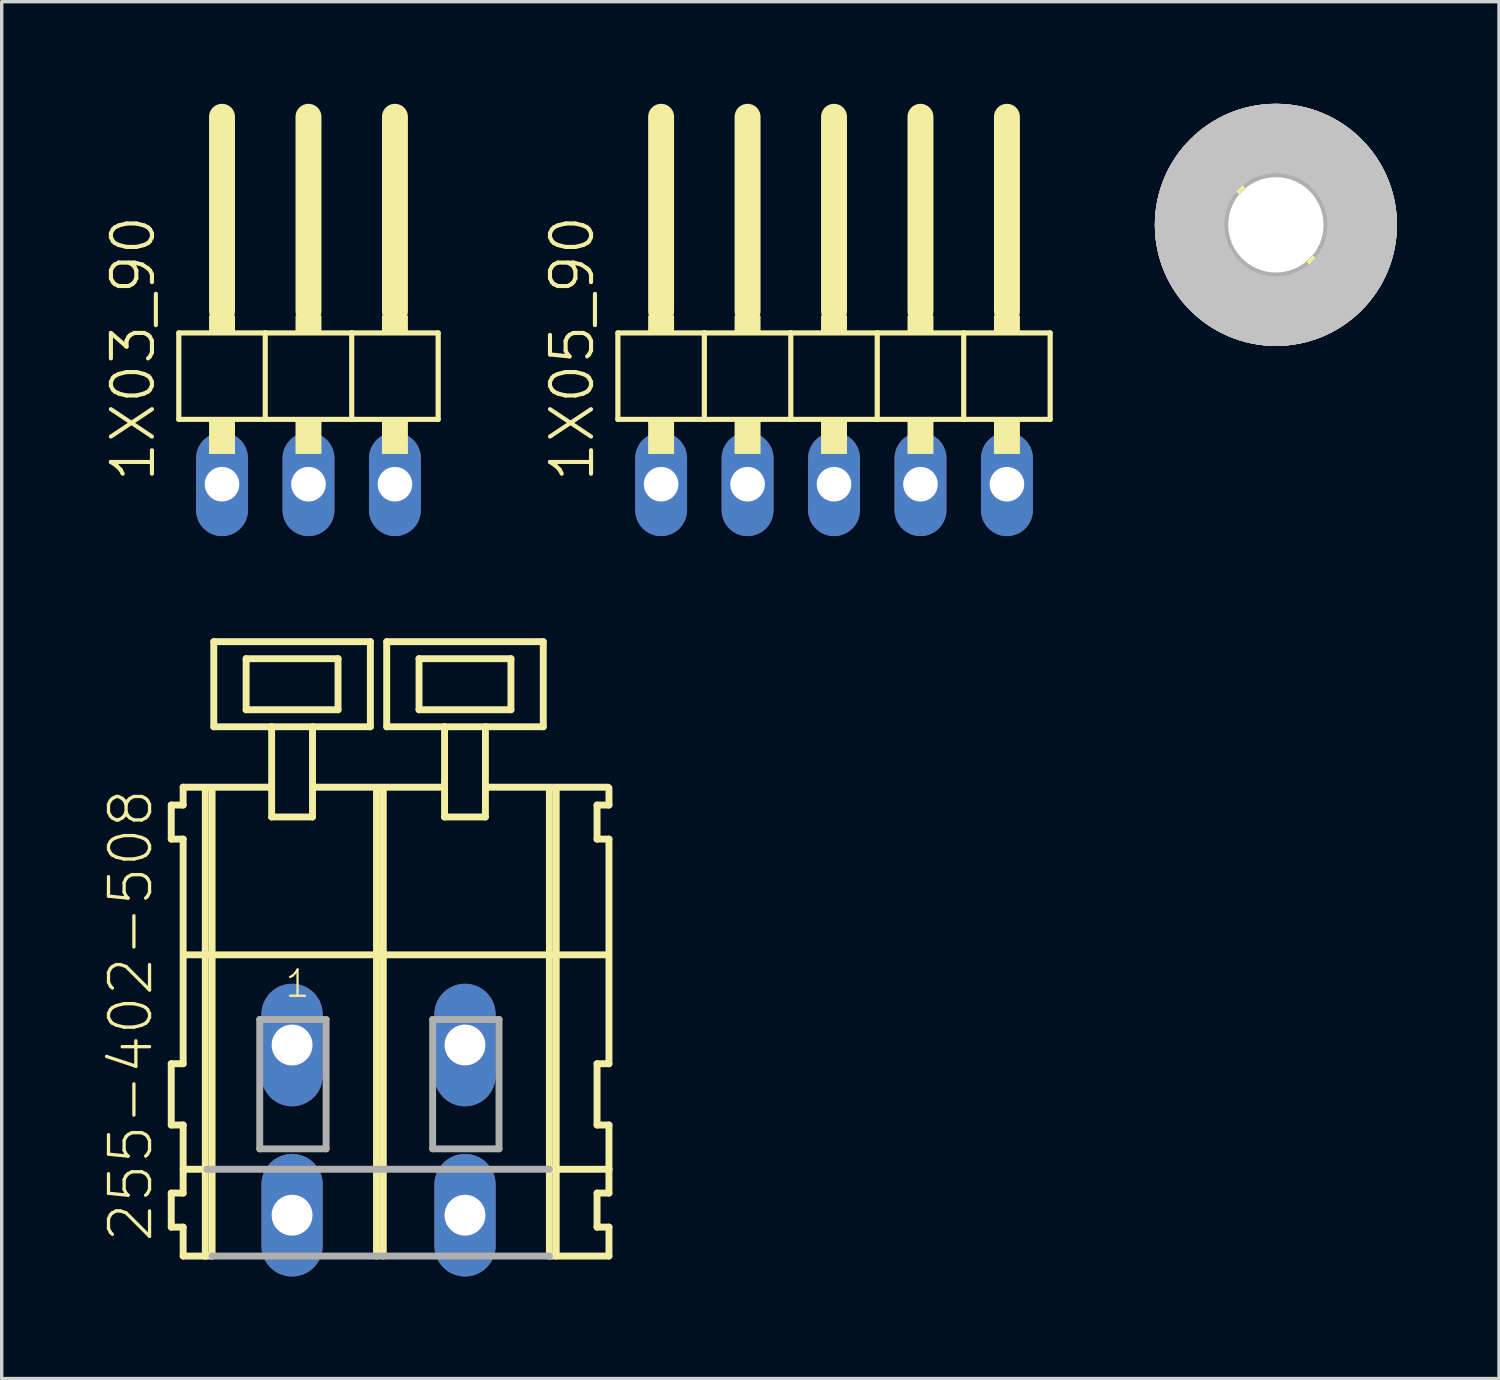
<source format=kicad_pcb>
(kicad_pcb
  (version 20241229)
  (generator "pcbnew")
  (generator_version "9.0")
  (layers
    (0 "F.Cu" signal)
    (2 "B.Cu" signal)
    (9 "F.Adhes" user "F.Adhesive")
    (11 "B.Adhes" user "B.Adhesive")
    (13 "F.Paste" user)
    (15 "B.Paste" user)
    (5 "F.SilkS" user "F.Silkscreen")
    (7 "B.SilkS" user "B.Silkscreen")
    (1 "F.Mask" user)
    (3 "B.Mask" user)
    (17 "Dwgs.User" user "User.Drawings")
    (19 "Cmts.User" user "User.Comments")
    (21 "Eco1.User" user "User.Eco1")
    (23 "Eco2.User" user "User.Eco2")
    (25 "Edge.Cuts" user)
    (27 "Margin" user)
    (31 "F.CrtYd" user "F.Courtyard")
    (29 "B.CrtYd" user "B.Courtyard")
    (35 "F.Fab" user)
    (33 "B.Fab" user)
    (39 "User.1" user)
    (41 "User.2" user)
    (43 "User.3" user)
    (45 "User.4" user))
  (footprint "255-402-508"
    (layer "F.Cu")
    (at 8.071 27.652)
    (property "Reference" "255-402-508" (at -6.575 5.855 90) (layer "F.SilkS") (effects (font (size 1.206 1.206) (thickness 0.097)) (justify left bottom)))
    (attr through_hole)
    (fp_line (start -6.09 -7.05) (end -6.09 -6.05) (stroke (width 0.203) (type solid)) (layer "F.SilkS"))
    (fp_line (start -6.09 -6.05) (end -5.74 -6.05) (stroke (width 0.203) (type solid)) (layer "F.SilkS"))
    (fp_line (start -6.09 0.55) (end -6.09 2.35) (stroke (width 0.203) (type solid)) (layer "F.SilkS"))
    (fp_line (start -6.09 2.35) (end -5.74 2.35) (stroke (width 0.203) (type solid)) (layer "F.SilkS"))
    (fp_line (start -6.09 4.35) (end -6.09 5.35) (stroke (width 0.203) (type solid)) (layer "F.SilkS"))
    (fp_line (start -6.09 5.35) (end -5.74 5.35) (stroke (width 0.203) (type solid)) (layer "F.SilkS"))
    (fp_line (start -5.74 -7.575) (end -5.74 -7.05) (stroke (width 0.203) (type solid)) (layer "F.SilkS"))
    (fp_line (start -5.74 -7.575) (end -3.165 -7.575) (stroke (width 0.203) (type solid)) (layer "F.SilkS"))
    (fp_line (start -5.74 -7.05) (end -6.09 -7.05) (stroke (width 0.203) (type solid)) (layer "F.SilkS"))
    (fp_line (start -5.74 -6.05) (end -5.74 0.55) (stroke (width 0.203) (type solid)) (layer "F.SilkS"))
    (fp_line (start -5.74 0.55) (end -6.09 0.55) (stroke (width 0.203) (type solid)) (layer "F.SilkS"))
    (fp_line (start -5.74 2.35) (end -5.74 4.35) (stroke (width 0.203) (type solid)) (layer "F.SilkS"))
    (fp_line (start -5.74 3.65) (end -5.04 3.65) (stroke (width 0.203) (type solid)) (layer "F.SilkS"))
    (fp_line (start -5.74 4.35) (end -6.09 4.35) (stroke (width 0.203) (type solid)) (layer "F.SilkS"))
    (fp_line (start -5.74 5.35) (end -5.74 6.2) (stroke (width 0.203) (type solid)) (layer "F.SilkS"))
    (fp_line (start -5.74 6.2) (end -5.09 6.2) (stroke (width 0.203) (type solid)) (layer "F.SilkS"))
    (fp_line (start -5.69 -2.65) (end 6.72 -2.65) (stroke (width 0.203) (type solid)) (layer "F.SilkS"))
    (fp_line (start -5.09 -7.55) (end -5.09 6.2) (stroke (width 0.203) (type solid)) (layer "F.SilkS"))
    (fp_line (start -5.09 6.2) (end -4.89 6.2) (stroke (width 0.203) (type solid)) (layer "F.SilkS"))
    (fp_line (start -4.89 -7.55) (end -4.89 6.2) (stroke (width 0.203) (type solid)) (layer "F.SilkS"))
    (fp_line (start -4.84 -11.85) (end -4.84 -9.35) (stroke (width 0.203) (type solid)) (layer "F.SilkS"))
    (fp_line (start -4.84 -9.35) (end -3.14 -9.35) (stroke (width 0.203) (type solid)) (layer "F.SilkS"))
    (fp_line (start -3.89 -11.35) (end -3.89 -9.85) (stroke (width 0.203) (type solid)) (layer "F.SilkS"))
    (fp_line (start -3.89 -9.85) (end -1.19 -9.85) (stroke (width 0.203) (type solid)) (layer "F.SilkS"))
    (fp_line (start -3.14 -9.35) (end -3.14 -6.7) (stroke (width 0.203) (type solid)) (layer "F.SilkS"))
    (fp_line (start -3.14 -9.35) (end -1.94 -9.35) (stroke (width 0.203) (type solid)) (layer "F.SilkS"))
    (fp_line (start -3.14 -6.7) (end -1.94 -6.7) (stroke (width 0.203) (type solid)) (layer "F.SilkS"))
    (fp_line (start -1.94 -9.35) (end -0.24 -9.35) (stroke (width 0.203) (type solid)) (layer "F.SilkS"))
    (fp_line (start -1.94 -6.7) (end -1.94 -9.35) (stroke (width 0.203) (type solid)) (layer "F.SilkS"))
    (fp_line (start -1.915 -7.575) (end 1.919 -7.575) (stroke (width 0.203) (type solid)) (layer "F.SilkS"))
    (fp_line (start -1.19 -11.35) (end -3.89 -11.35) (stroke (width 0.203) (type solid)) (layer "F.SilkS"))
    (fp_line (start -1.19 -9.85) (end -1.19 -11.35) (stroke (width 0.203) (type solid)) (layer "F.SilkS"))
    (fp_line (start -0.24 -11.85) (end -4.84 -11.85) (stroke (width 0.203) (type solid)) (layer "F.SilkS"))
    (fp_line (start -0.24 -9.35) (end -0.24 -11.85) (stroke (width 0.203) (type solid)) (layer "F.SilkS"))
    (fp_line (start -0.06 -7.55) (end -0.06 6.2) (stroke (width 0.203) (type solid)) (layer "F.SilkS"))
    (fp_line (start 0.14 -7.55) (end 0.14 6.2) (stroke (width 0.203) (type solid)) (layer "F.SilkS"))
    (fp_line (start 0.24 -11.85) (end 0.24 -9.35) (stroke (width 0.203) (type solid)) (layer "F.SilkS"))
    (fp_line (start 0.24 -9.35) (end 1.94 -9.35) (stroke (width 0.203) (type solid)) (layer "F.SilkS"))
    (fp_line (start 1.19 -11.35) (end 1.19 -9.85) (stroke (width 0.203) (type solid)) (layer "F.SilkS"))
    (fp_line (start 1.19 -9.85) (end 3.89 -9.85) (stroke (width 0.203) (type solid)) (layer "F.SilkS"))
    (fp_line (start 1.94 -9.35) (end 1.94 -6.7) (stroke (width 0.203) (type solid)) (layer "F.SilkS"))
    (fp_line (start 1.94 -9.35) (end 3.14 -9.35) (stroke (width 0.203) (type solid)) (layer "F.SilkS"))
    (fp_line (start 1.94 -6.7) (end 3.14 -6.7) (stroke (width 0.203) (type solid)) (layer "F.SilkS"))
    (fp_line (start 3.14 -9.35) (end 4.84 -9.35) (stroke (width 0.203) (type solid)) (layer "F.SilkS"))
    (fp_line (start 3.14 -6.7) (end 3.14 -9.35) (stroke (width 0.203) (type solid)) (layer "F.SilkS"))
    (fp_line (start 3.165 -7.575) (end 6.745 -7.575) (stroke (width 0.203) (type solid)) (layer "F.SilkS"))
    (fp_line (start 3.89 -11.35) (end 1.19 -11.35) (stroke (width 0.203) (type solid)) (layer "F.SilkS"))
    (fp_line (start 3.89 -9.85) (end 3.89 -11.35) (stroke (width 0.203) (type solid)) (layer "F.SilkS"))
    (fp_line (start 4.84 -11.85) (end 0.24 -11.85) (stroke (width 0.203) (type solid)) (layer "F.SilkS"))
    (fp_line (start 4.84 -9.35) (end 4.84 -11.85) (stroke (width 0.203) (type solid)) (layer "F.SilkS"))
    (fp_line (start 5.02 -7.55) (end 5.02 6.2) (stroke (width 0.203) (type solid)) (layer "F.SilkS"))
    (fp_line (start 5.02 6.2) (end 6.77 6.2) (stroke (width 0.203) (type solid)) (layer "F.SilkS"))
    (fp_line (start 5.07 3.65) (end 6.77 3.65) (stroke (width 0.203) (type solid)) (layer "F.SilkS"))
    (fp_line (start 5.22 -7.55) (end 5.22 6.2) (stroke (width 0.203) (type solid)) (layer "F.SilkS"))
    (fp_line (start 6.42 -7.05) (end 6.42 -6.05) (stroke (width 0.203) (type solid)) (layer "F.SilkS"))
    (fp_line (start 6.42 -6.05) (end 6.77 -6.05) (stroke (width 0.203) (type solid)) (layer "F.SilkS"))
    (fp_line (start 6.42 0.55) (end 6.42 2.35) (stroke (width 0.203) (type solid)) (layer "F.SilkS"))
    (fp_line (start 6.42 2.35) (end 6.77 2.35) (stroke (width 0.203) (type solid)) (layer "F.SilkS"))
    (fp_line (start 6.42 4.35) (end 6.42 5.35) (stroke (width 0.203) (type solid)) (layer "F.SilkS"))
    (fp_line (start 6.42 5.35) (end 6.77 5.35) (stroke (width 0.203) (type solid)) (layer "F.SilkS"))
    (fp_line (start 6.77 -7.05) (end 6.42 -7.05) (stroke (width 0.203) (type solid)) (layer "F.SilkS"))
    (fp_line (start 6.77 -7.05) (end 6.77 -7.55) (stroke (width 0.203) (type solid)) (layer "F.SilkS"))
    (fp_line (start 6.77 0.55) (end 6.42 0.55) (stroke (width 0.203) (type solid)) (layer "F.SilkS"))
    (fp_line (start 6.77 0.55) (end 6.77 -6.05) (stroke (width 0.203) (type solid)) (layer "F.SilkS"))
    (fp_line (start 6.77 3.65) (end 6.77 2.35) (stroke (width 0.203) (type solid)) (layer "F.SilkS"))
    (fp_line (start 6.77 4.35) (end 6.42 4.35) (stroke (width 0.203) (type solid)) (layer "F.SilkS"))
    (fp_line (start 6.77 4.35) (end 6.77 3.65) (stroke (width 0.203) (type solid)) (layer "F.SilkS"))
    (fp_line (start 6.77 6.2) (end 6.77 5.35) (stroke (width 0.203) (type solid)) (layer "F.SilkS"))
    (fp_line (start -5.04 3.65) (end 5.02 3.65) (stroke (width 0.203) (type solid)) (layer "F.Fab"))
    (fp_line (start -4.89 6.2) (end 5.02 6.2) (stroke (width 0.203) (type solid)) (layer "F.Fab"))
    (fp_line (start -3.49 -0.75) (end -3.49 3.05) (stroke (width 0.203) (type solid)) (layer "F.Fab"))
    (fp_line (start -3.49 3.05) (end -1.54 3.05) (stroke (width 0.203) (type solid)) (layer "F.Fab"))
    (fp_line (start -1.54 -0.75) (end -3.49 -0.75) (stroke (width 0.203) (type solid)) (layer "F.Fab"))
    (fp_line (start -1.54 3.05) (end -1.54 -0.75) (stroke (width 0.203) (type solid)) (layer "F.Fab"))
    (fp_line (start 1.59 -0.75) (end 1.59 3.05) (stroke (width 0.203) (type solid)) (layer "F.Fab"))
    (fp_line (start 1.59 3.05) (end 3.54 3.05) (stroke (width 0.203) (type solid)) (layer "F.Fab"))
    (fp_line (start 3.54 -0.75) (end 1.59 -0.75) (stroke (width 0.203) (type solid)) (layer "F.Fab"))
    (fp_line (start 3.54 3.05) (end 3.54 -0.75) (stroke (width 0.203) (type solid)) (layer "F.Fab"))
    (fp_text user "1" (at -2.79 -1.35 0) (layer "F.SilkS") (effects (font (size 0.772 0.772) (thickness 0.065)) (justify left bottom)))
    (pad "A1" thru_hole oval (at -2.54 0 90) (size 3.6 1.8) (drill 1.2) (layers "*.Cu" "*.Mask"))
    (pad "A2" thru_hole oval (at 2.54 0 90) (size 3.6 1.8) (drill 1.2) (layers "*.Cu" "*.Mask"))
    (pad "B1" thru_hole oval (at -2.54 5 90) (size 3.6 1.8) (drill 1.2) (layers "*.Cu" "*.Mask"))
    (pad "B2" thru_hole oval (at 2.54 5 90) (size 3.6 1.8) (drill 1.2) (layers "*.Cu" "*.Mask")))
  (footprint "1X05_90"
    (layer "F.Cu")
    (at 21.453 7.366)
    (property "Reference" "1X05_90" (at -6.985 3.81 270) (layer "F.SilkS") (effects (font (size 1.206 1.206) (thickness 0.121)) (justify left bottom)))
    (attr through_hole)
    (fp_line (start -6.35 -0.635) (end -6.35 1.905) (stroke (width 0.152) (type solid)) (layer "F.SilkS"))
    (fp_line (start -6.35 1.905) (end -3.81 1.905) (stroke (width 0.152) (type solid)) (layer "F.SilkS"))
    (fp_line (start -5.08 -6.985) (end -5.08 -1.27) (stroke (width 0.762) (type solid)) (layer "F.SilkS"))
    (fp_line (start -3.81 -0.635) (end -6.35 -0.635) (stroke (width 0.152) (type solid)) (layer "F.SilkS"))
    (fp_line (start -3.81 1.905) (end -3.81 -0.635) (stroke (width 0.152) (type solid)) (layer "F.SilkS"))
    (fp_line (start -3.81 1.905) (end -1.27 1.905) (stroke (width 0.152) (type solid)) (layer "F.SilkS"))
    (fp_line (start -2.54 -6.985) (end -2.54 -1.27) (stroke (width 0.762) (type solid)) (layer "F.SilkS"))
    (fp_line (start -1.27 -0.635) (end -3.81 -0.635) (stroke (width 0.152) (type solid)) (layer "F.SilkS"))
    (fp_line (start -1.27 1.905) (end -1.27 -0.635) (stroke (width 0.152) (type solid)) (layer "F.SilkS"))
    (fp_line (start -1.27 1.905) (end 1.27 1.905) (stroke (width 0.152) (type solid)) (layer "F.SilkS"))
    (fp_line (start 0 -6.985) (end 0 -1.27) (stroke (width 0.762) (type solid)) (layer "F.SilkS"))
    (fp_line (start 1.27 -0.635) (end -1.27 -0.635) (stroke (width 0.152) (type solid)) (layer "F.SilkS"))
    (fp_line (start 1.27 1.905) (end 1.27 -0.635) (stroke (width 0.152) (type solid)) (layer "F.SilkS"))
    (fp_line (start 1.27 1.905) (end 3.81 1.905) (stroke (width 0.152) (type solid)) (layer "F.SilkS"))
    (fp_line (start 2.54 -6.985) (end 2.54 -1.27) (stroke (width 0.762) (type solid)) (layer "F.SilkS"))
    (fp_line (start 3.81 -0.635) (end 1.27 -0.635) (stroke (width 0.152) (type solid)) (layer "F.SilkS"))
    (fp_line (start 3.81 1.905) (end 3.81 -0.635) (stroke (width 0.152) (type solid)) (layer "F.SilkS"))
    (fp_line (start 3.81 1.905) (end 6.35 1.905) (stroke (width 0.152) (type solid)) (layer "F.SilkS"))
    (fp_line (start 5.08 -6.985) (end 5.08 -1.27) (stroke (width 0.762) (type solid)) (layer "F.SilkS"))
    (fp_line (start 6.35 -0.635) (end 3.81 -0.635) (stroke (width 0.152) (type solid)) (layer "F.SilkS"))
    (fp_line (start 6.35 1.905) (end 6.35 -0.635) (stroke (width 0.152) (type solid)) (layer "F.SilkS"))
    (fp_poly (pts (xy -5.461 -0.635) (xy -4.699 -0.635) (xy -4.699 -1.143) (xy -5.461 -1.143)) (stroke (width 0) (type solid)) (fill yes) (layer "F.SilkS"))
    (fp_poly (pts (xy -5.461 2.921) (xy -4.699 2.921) (xy -4.699 1.905) (xy -5.461 1.905)) (stroke (width 0) (type solid)) (fill yes) (layer "F.SilkS"))
    (fp_poly (pts (xy -2.921 -0.635) (xy -2.159 -0.635) (xy -2.159 -1.143) (xy -2.921 -1.143)) (stroke (width 0) (type solid)) (fill yes) (layer "F.SilkS"))
    (fp_poly (pts (xy -2.921 2.921) (xy -2.159 2.921) (xy -2.159 1.905) (xy -2.921 1.905)) (stroke (width 0) (type solid)) (fill yes) (layer "F.SilkS"))
    (fp_poly (pts (xy -0.381 -0.635) (xy 0.381 -0.635) (xy 0.381 -1.143) (xy -0.381 -1.143)) (stroke (width 0) (type solid)) (fill yes) (layer "F.SilkS"))
    (fp_poly (pts (xy -0.381 2.921) (xy 0.381 2.921) (xy 0.381 1.905) (xy -0.381 1.905)) (stroke (width 0) (type solid)) (fill yes) (layer "F.SilkS"))
    (fp_poly (pts (xy 2.159 -0.635) (xy 2.921 -0.635) (xy 2.921 -1.143) (xy 2.159 -1.143)) (stroke (width 0) (type solid)) (fill yes) (layer "F.SilkS"))
    (fp_poly (pts (xy 2.159 2.921) (xy 2.921 2.921) (xy 2.921 1.905) (xy 2.159 1.905)) (stroke (width 0) (type solid)) (fill yes) (layer "F.SilkS"))
    (fp_poly (pts (xy 4.699 -0.635) (xy 5.461 -0.635) (xy 5.461 -1.143) (xy 4.699 -1.143)) (stroke (width 0) (type solid)) (fill yes) (layer "F.SilkS"))
    (fp_poly (pts (xy 4.699 2.921) (xy 5.461 2.921) (xy 5.461 1.905) (xy 4.699 1.905)) (stroke (width 0) (type solid)) (fill yes) (layer "F.SilkS"))
    (pad "1" thru_hole oval (at -5.08 3.81 90) (size 3.048 1.524) (drill 1.016) (layers "*.Cu" "*.Mask"))
    (pad "2" thru_hole oval (at -2.54 3.81 90) (size 3.048 1.524) (drill 1.016) (layers "*.Cu" "*.Mask"))
    (pad "3" thru_hole oval (at 0 3.81 90) (size 3.048 1.524) (drill 1.016) (layers "*.Cu" "*.Mask"))
    (pad "4" thru_hole oval (at 2.54 3.81 90) (size 3.048 1.524) (drill 1.016) (layers "*.Cu" "*.Mask"))
    (pad "5" thru_hole oval (at 5.08 3.81 90) (size 3.048 1.524) (drill 1.016) (layers "*.Cu" "*.Mask")))
  (footprint "2,8"
    (layer "F.Cu")
    (at 34.435 3.556)
    (property "Reference" "2,8" (at 0 0 0) (layer "F.SilkS") (effects (font (size 1.27 1.27) (thickness 0.15))))
    (attr through_hole)
    (fp_circle (center 0 0) (end 1.5 0) (stroke (width 0.203) (type solid)) (fill no) (layer "F.SilkS"))
    (fp_circle (center 0 0) (end 2.921 0) (stroke (width 0.152) (type solid)) (fill no) (layer "F.SilkS"))
    (fp_circle (center 0 0) (end 2.54 0) (stroke (width 2.032) (type solid)) (fill no) (layer "Dwgs.User"))
    (fp_circle (center 0 0) (end 2.54 0) (stroke (width 2.032) (type solid)) (fill no) (layer "Dwgs.User"))
    (fp_circle (center 0 0) (end 2.54 0) (stroke (width 2.032) (type solid)) (fill no) (layer "Dwgs.User"))
    (fp_circle (center 0 0) (end 2.54 0) (stroke (width 2.032) (type solid)) (fill no) (layer "Dwgs.User"))
    (fp_circle (center 0 0) (end 2.54 0) (stroke (width 2.032) (type solid)) (fill no) (layer "Dwgs.User"))
    (fp_arc (start 0 -1.778) (mid 1.257236 -1.257236) (end 1.778 0) (stroke (width 2.286) (type solid)) (layer "F.Fab"))
    (fp_arc (start 0 1.778) (mid -1.257236 1.257236) (end -1.778 0) (stroke (width 2.286) (type solid)) (layer "F.Fab"))
    (fp_circle (center 0 0) (end 0.635 0) (stroke (width 0.457) (type solid)) (fill no) (layer "F.Fab"))
    (pad "" np_thru_hole circle (at 0 0) (size 2.8 2.8) (drill 2.8) (layers "*.Cu" "*.Mask")))
  (footprint "1X03_90"
    (layer "F.Cu")
    (at 6.013 7.366)
    (property "Reference" "1X03_90" (at -4.445 3.81 90) (layer "F.SilkS") (effects (font (size 1.206 1.206) (thickness 0.121)) (justify left bottom)))
    (attr through_hole)
    (fp_line (start -3.81 -0.635) (end -3.81 1.905) (stroke (width 0.152) (type solid)) (layer "F.SilkS"))
    (fp_line (start -3.81 1.905) (end -1.27 1.905) (stroke (width 0.152) (type solid)) (layer "F.SilkS"))
    (fp_line (start -2.54 -6.985) (end -2.54 -1.27) (stroke (width 0.762) (type solid)) (layer "F.SilkS"))
    (fp_line (start -1.27 -0.635) (end -3.81 -0.635) (stroke (width 0.152) (type solid)) (layer "F.SilkS"))
    (fp_line (start -1.27 1.905) (end -1.27 -0.635) (stroke (width 0.152) (type solid)) (layer "F.SilkS"))
    (fp_line (start -1.27 1.905) (end 1.27 1.905) (stroke (width 0.152) (type solid)) (layer "F.SilkS"))
    (fp_line (start 0 -6.985) (end 0 -1.27) (stroke (width 0.762) (type solid)) (layer "F.SilkS"))
    (fp_line (start 1.27 -0.635) (end -1.27 -0.635) (stroke (width 0.152) (type solid)) (layer "F.SilkS"))
    (fp_line (start 1.27 1.905) (end 1.27 -0.635) (stroke (width 0.152) (type solid)) (layer "F.SilkS"))
    (fp_line (start 1.27 1.905) (end 3.81 1.905) (stroke (width 0.152) (type solid)) (layer "F.SilkS"))
    (fp_line (start 2.54 -6.985) (end 2.54 -1.27) (stroke (width 0.762) (type solid)) (layer "F.SilkS"))
    (fp_line (start 3.81 -0.635) (end 1.27 -0.635) (stroke (width 0.152) (type solid)) (layer "F.SilkS"))
    (fp_line (start 3.81 1.905) (end 3.81 -0.635) (stroke (width 0.152) (type solid)) (layer "F.SilkS"))
    (fp_poly (pts (xy -2.921 -0.635) (xy -2.159 -0.635) (xy -2.159 -1.143) (xy -2.921 -1.143)) (stroke (width 0) (type solid)) (fill yes) (layer "F.SilkS"))
    (fp_poly (pts (xy -2.921 2.921) (xy -2.159 2.921) (xy -2.159 1.905) (xy -2.921 1.905)) (stroke (width 0) (type solid)) (fill yes) (layer "F.SilkS"))
    (fp_poly (pts (xy -0.381 -0.635) (xy 0.381 -0.635) (xy 0.381 -1.143) (xy -0.381 -1.143)) (stroke (width 0) (type solid)) (fill yes) (layer "F.SilkS"))
    (fp_poly (pts (xy -0.381 2.921) (xy 0.381 2.921) (xy 0.381 1.905) (xy -0.381 1.905)) (stroke (width 0) (type solid)) (fill yes) (layer "F.SilkS"))
    (fp_poly (pts (xy 2.159 -0.635) (xy 2.921 -0.635) (xy 2.921 -1.143) (xy 2.159 -1.143)) (stroke (width 0) (type solid)) (fill yes) (layer "F.SilkS"))
    (fp_poly (pts (xy 2.159 2.921) (xy 2.921 2.921) (xy 2.921 1.905) (xy 2.159 1.905)) (stroke (width 0) (type solid)) (fill yes) (layer "F.SilkS"))
    (pad "1" thru_hole oval (at -2.54 3.81 90) (size 3.048 1.524) (drill 1.016) (layers "*.Cu" "*.Mask"))
    (pad "2" thru_hole oval (at 0 3.81 90) (size 3.048 1.524) (drill 1.016) (layers "*.Cu" "*.Mask"))
    (pad "3" thru_hole oval (at 2.54 3.81 90) (size 3.048 1.524) (drill 1.016) (layers "*.Cu" "*.Mask")))
  (gr_rect
    (start -3 -3)
    (end 40.991 37.452)
    (stroke (width 0.1) (type default))
    (fill no)
    (layer "Edge.Cuts")))
</source>
